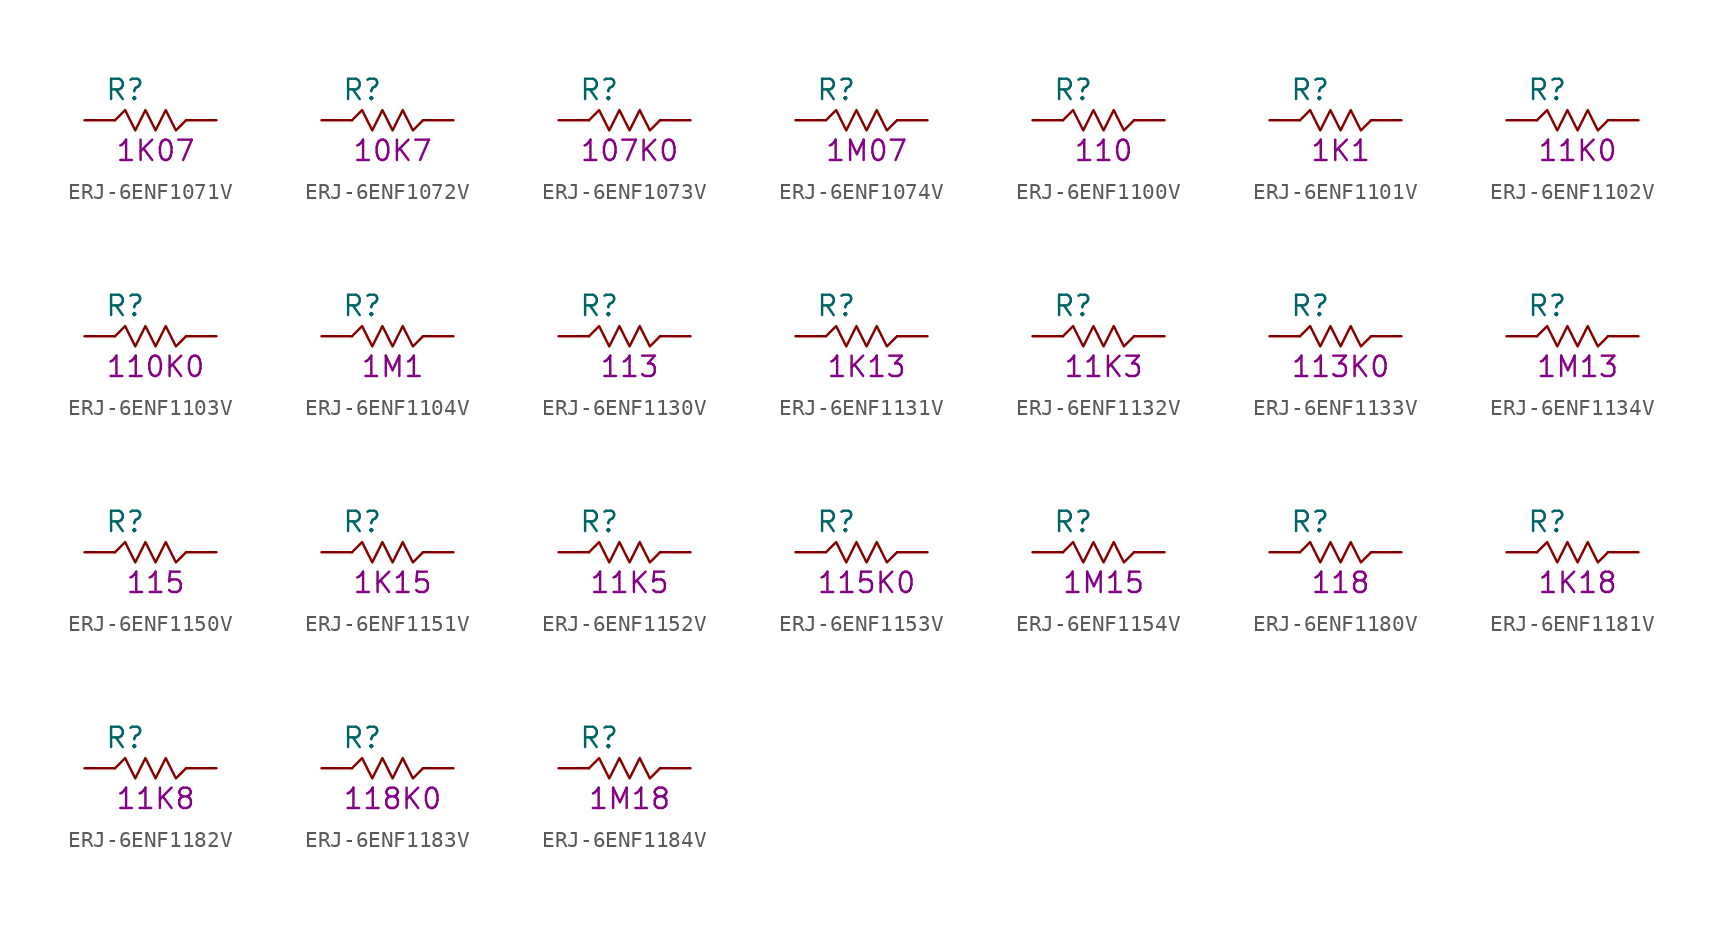
<source format=kicad_sym>
(kicad_symbol_lib
  (version 20211014)
  (generator KiCadLib_py)
  (symbol "ERJ-6ENF1071V"
    (pin_numbers hide)
    (pin_names hide)
    (property "Reference" "R"
      (at -1.905 1.905 0)
      (effects (font (size 1.27 1.27))))
    (property "Val" "1K07"
      (at 0 -1.905 0)
      (effects (font (size 1.27 1.27))))
    (symbol "ERJ-6ENF1071V_0_1"
      (polyline (pts (xy -2.54 0) (xy -1.905 0.635) (xy -1.27 -0.635) (xy -0.635 0.635) (xy 0 -0.635) (xy 0.635 0.635) (xy 1.27 -0.635) (xy 1.905 0)) (stroke (width 0) (type default) (color 0 0 0 0)) (fill (type none))))
    (symbol "ERJ-6ENF1071V_1_1"
      (pin passive line (at -4.445 0 0) (length 1.905) (name "~" (effects (font (size 1.27 1.27)))) (number "1" (effects (font (size 1.27 1.27)))))
      (pin passive line (at 3.81 0 180) (length 1.905) (name "~" (effects (font (size 1.27 1.27)))) (number "2" (effects (font (size 1.27 1.27)))))))
  (symbol "ERJ-6ENF1072V"
    (pin_numbers hide)
    (pin_names hide)
    (property "Reference" "R"
      (at -1.905 1.905 0)
      (effects (font (size 1.27 1.27))))
    (property "Val" "10K7"
      (at 0 -1.905 0)
      (effects (font (size 1.27 1.27))))
    (symbol "ERJ-6ENF1072V_0_1"
      (polyline (pts (xy -2.54 0) (xy -1.905 0.635) (xy -1.27 -0.635) (xy -0.635 0.635) (xy 0 -0.635) (xy 0.635 0.635) (xy 1.27 -0.635) (xy 1.905 0)) (stroke (width 0) (type default) (color 0 0 0 0)) (fill (type none))))
    (symbol "ERJ-6ENF1072V_1_1"
      (pin passive line (at -4.445 0 0) (length 1.905) (name "~" (effects (font (size 1.27 1.27)))) (number "1" (effects (font (size 1.27 1.27)))))
      (pin passive line (at 3.81 0 180) (length 1.905) (name "~" (effects (font (size 1.27 1.27)))) (number "2" (effects (font (size 1.27 1.27)))))))
  (symbol "ERJ-6ENF1073V"
    (pin_numbers hide)
    (pin_names hide)
    (property "Reference" "R"
      (at -1.905 1.905 0)
      (effects (font (size 1.27 1.27))))
    (property "Val" "107K0"
      (at 0 -1.905 0)
      (effects (font (size 1.27 1.27))))
    (symbol "ERJ-6ENF1073V_0_1"
      (polyline (pts (xy -2.54 0) (xy -1.905 0.635) (xy -1.27 -0.635) (xy -0.635 0.635) (xy 0 -0.635) (xy 0.635 0.635) (xy 1.27 -0.635) (xy 1.905 0)) (stroke (width 0) (type default) (color 0 0 0 0)) (fill (type none))))
    (symbol "ERJ-6ENF1073V_1_1"
      (pin passive line (at -4.445 0 0) (length 1.905) (name "~" (effects (font (size 1.27 1.27)))) (number "1" (effects (font (size 1.27 1.27)))))
      (pin passive line (at 3.81 0 180) (length 1.905) (name "~" (effects (font (size 1.27 1.27)))) (number "2" (effects (font (size 1.27 1.27)))))))
  (symbol "ERJ-6ENF1074V"
    (pin_numbers hide)
    (pin_names hide)
    (property "Reference" "R"
      (at -1.905 1.905 0)
      (effects (font (size 1.27 1.27))))
    (property "Val" "1M07"
      (at 0 -1.905 0)
      (effects (font (size 1.27 1.27))))
    (symbol "ERJ-6ENF1074V_0_1"
      (polyline (pts (xy -2.54 0) (xy -1.905 0.635) (xy -1.27 -0.635) (xy -0.635 0.635) (xy 0 -0.635) (xy 0.635 0.635) (xy 1.27 -0.635) (xy 1.905 0)) (stroke (width 0) (type default) (color 0 0 0 0)) (fill (type none))))
    (symbol "ERJ-6ENF1074V_1_1"
      (pin passive line (at -4.445 0 0) (length 1.905) (name "~" (effects (font (size 1.27 1.27)))) (number "1" (effects (font (size 1.27 1.27)))))
      (pin passive line (at 3.81 0 180) (length 1.905) (name "~" (effects (font (size 1.27 1.27)))) (number "2" (effects (font (size 1.27 1.27)))))))
  (symbol "ERJ-6ENF1100V"
    (pin_numbers hide)
    (pin_names hide)
    (property "Reference" "R"
      (at -1.905 1.905 0)
      (effects (font (size 1.27 1.27))))
    (property "Val" "110"
      (at 0 -1.905 0)
      (effects (font (size 1.27 1.27))))
    (symbol "ERJ-6ENF1100V_0_1"
      (polyline (pts (xy -2.54 0) (xy -1.905 0.635) (xy -1.27 -0.635) (xy -0.635 0.635) (xy 0 -0.635) (xy 0.635 0.635) (xy 1.27 -0.635) (xy 1.905 0)) (stroke (width 0) (type default) (color 0 0 0 0)) (fill (type none))))
    (symbol "ERJ-6ENF1100V_1_1"
      (pin passive line (at -4.445 0 0) (length 1.905) (name "~" (effects (font (size 1.27 1.27)))) (number "1" (effects (font (size 1.27 1.27)))))
      (pin passive line (at 3.81 0 180) (length 1.905) (name "~" (effects (font (size 1.27 1.27)))) (number "2" (effects (font (size 1.27 1.27)))))))
  (symbol "ERJ-6ENF1101V"
    (pin_numbers hide)
    (pin_names hide)
    (property "Reference" "R"
      (at -1.905 1.905 0)
      (effects (font (size 1.27 1.27))))
    (property "Val" "1K1"
      (at 0 -1.905 0)
      (effects (font (size 1.27 1.27))))
    (symbol "ERJ-6ENF1101V_0_1"
      (polyline (pts (xy -2.54 0) (xy -1.905 0.635) (xy -1.27 -0.635) (xy -0.635 0.635) (xy 0 -0.635) (xy 0.635 0.635) (xy 1.27 -0.635) (xy 1.905 0)) (stroke (width 0) (type default) (color 0 0 0 0)) (fill (type none))))
    (symbol "ERJ-6ENF1101V_1_1"
      (pin passive line (at -4.445 0 0) (length 1.905) (name "~" (effects (font (size 1.27 1.27)))) (number "1" (effects (font (size 1.27 1.27)))))
      (pin passive line (at 3.81 0 180) (length 1.905) (name "~" (effects (font (size 1.27 1.27)))) (number "2" (effects (font (size 1.27 1.27)))))))
  (symbol "ERJ-6ENF1102V"
    (pin_numbers hide)
    (pin_names hide)
    (property "Reference" "R"
      (at -1.905 1.905 0)
      (effects (font (size 1.27 1.27))))
    (property "Val" "11K0"
      (at 0 -1.905 0)
      (effects (font (size 1.27 1.27))))
    (symbol "ERJ-6ENF1102V_0_1"
      (polyline (pts (xy -2.54 0) (xy -1.905 0.635) (xy -1.27 -0.635) (xy -0.635 0.635) (xy 0 -0.635) (xy 0.635 0.635) (xy 1.27 -0.635) (xy 1.905 0)) (stroke (width 0) (type default) (color 0 0 0 0)) (fill (type none))))
    (symbol "ERJ-6ENF1102V_1_1"
      (pin passive line (at -4.445 0 0) (length 1.905) (name "~" (effects (font (size 1.27 1.27)))) (number "1" (effects (font (size 1.27 1.27)))))
      (pin passive line (at 3.81 0 180) (length 1.905) (name "~" (effects (font (size 1.27 1.27)))) (number "2" (effects (font (size 1.27 1.27)))))))
  (symbol "ERJ-6ENF1103V"
    (pin_numbers hide)
    (pin_names hide)
    (property "Reference" "R"
      (at -1.905 1.905 0)
      (effects (font (size 1.27 1.27))))
    (property "Val" "110K0"
      (at 0 -1.905 0)
      (effects (font (size 1.27 1.27))))
    (symbol "ERJ-6ENF1103V_0_1"
      (polyline (pts (xy -2.54 0) (xy -1.905 0.635) (xy -1.27 -0.635) (xy -0.635 0.635) (xy 0 -0.635) (xy 0.635 0.635) (xy 1.27 -0.635) (xy 1.905 0)) (stroke (width 0) (type default) (color 0 0 0 0)) (fill (type none))))
    (symbol "ERJ-6ENF1103V_1_1"
      (pin passive line (at -4.445 0 0) (length 1.905) (name "~" (effects (font (size 1.27 1.27)))) (number "1" (effects (font (size 1.27 1.27)))))
      (pin passive line (at 3.81 0 180) (length 1.905) (name "~" (effects (font (size 1.27 1.27)))) (number "2" (effects (font (size 1.27 1.27)))))))
  (symbol "ERJ-6ENF1104V"
    (pin_numbers hide)
    (pin_names hide)
    (property "Reference" "R"
      (at -1.905 1.905 0)
      (effects (font (size 1.27 1.27))))
    (property "Val" "1M1"
      (at 0 -1.905 0)
      (effects (font (size 1.27 1.27))))
    (symbol "ERJ-6ENF1104V_0_1"
      (polyline (pts (xy -2.54 0) (xy -1.905 0.635) (xy -1.27 -0.635) (xy -0.635 0.635) (xy 0 -0.635) (xy 0.635 0.635) (xy 1.27 -0.635) (xy 1.905 0)) (stroke (width 0) (type default) (color 0 0 0 0)) (fill (type none))))
    (symbol "ERJ-6ENF1104V_1_1"
      (pin passive line (at -4.445 0 0) (length 1.905) (name "~" (effects (font (size 1.27 1.27)))) (number "1" (effects (font (size 1.27 1.27)))))
      (pin passive line (at 3.81 0 180) (length 1.905) (name "~" (effects (font (size 1.27 1.27)))) (number "2" (effects (font (size 1.27 1.27)))))))
  (symbol "ERJ-6ENF1130V"
    (pin_numbers hide)
    (pin_names hide)
    (property "Reference" "R"
      (at -1.905 1.905 0)
      (effects (font (size 1.27 1.27))))
    (property "Val" "113"
      (at 0 -1.905 0)
      (effects (font (size 1.27 1.27))))
    (symbol "ERJ-6ENF1130V_0_1"
      (polyline (pts (xy -2.54 0) (xy -1.905 0.635) (xy -1.27 -0.635) (xy -0.635 0.635) (xy 0 -0.635) (xy 0.635 0.635) (xy 1.27 -0.635) (xy 1.905 0)) (stroke (width 0) (type default) (color 0 0 0 0)) (fill (type none))))
    (symbol "ERJ-6ENF1130V_1_1"
      (pin passive line (at -4.445 0 0) (length 1.905) (name "~" (effects (font (size 1.27 1.27)))) (number "1" (effects (font (size 1.27 1.27)))))
      (pin passive line (at 3.81 0 180) (length 1.905) (name "~" (effects (font (size 1.27 1.27)))) (number "2" (effects (font (size 1.27 1.27)))))))
  (symbol "ERJ-6ENF1131V"
    (pin_numbers hide)
    (pin_names hide)
    (property "Reference" "R"
      (at -1.905 1.905 0)
      (effects (font (size 1.27 1.27))))
    (property "Val" "1K13"
      (at 0 -1.905 0)
      (effects (font (size 1.27 1.27))))
    (symbol "ERJ-6ENF1131V_0_1"
      (polyline (pts (xy -2.54 0) (xy -1.905 0.635) (xy -1.27 -0.635) (xy -0.635 0.635) (xy 0 -0.635) (xy 0.635 0.635) (xy 1.27 -0.635) (xy 1.905 0)) (stroke (width 0) (type default) (color 0 0 0 0)) (fill (type none))))
    (symbol "ERJ-6ENF1131V_1_1"
      (pin passive line (at -4.445 0 0) (length 1.905) (name "~" (effects (font (size 1.27 1.27)))) (number "1" (effects (font (size 1.27 1.27)))))
      (pin passive line (at 3.81 0 180) (length 1.905) (name "~" (effects (font (size 1.27 1.27)))) (number "2" (effects (font (size 1.27 1.27)))))))
  (symbol "ERJ-6ENF1132V"
    (pin_numbers hide)
    (pin_names hide)
    (property "Reference" "R"
      (at -1.905 1.905 0)
      (effects (font (size 1.27 1.27))))
    (property "Val" "11K3"
      (at 0 -1.905 0)
      (effects (font (size 1.27 1.27))))
    (symbol "ERJ-6ENF1132V_0_1"
      (polyline (pts (xy -2.54 0) (xy -1.905 0.635) (xy -1.27 -0.635) (xy -0.635 0.635) (xy 0 -0.635) (xy 0.635 0.635) (xy 1.27 -0.635) (xy 1.905 0)) (stroke (width 0) (type default) (color 0 0 0 0)) (fill (type none))))
    (symbol "ERJ-6ENF1132V_1_1"
      (pin passive line (at -4.445 0 0) (length 1.905) (name "~" (effects (font (size 1.27 1.27)))) (number "1" (effects (font (size 1.27 1.27)))))
      (pin passive line (at 3.81 0 180) (length 1.905) (name "~" (effects (font (size 1.27 1.27)))) (number "2" (effects (font (size 1.27 1.27)))))))
  (symbol "ERJ-6ENF1133V"
    (pin_numbers hide)
    (pin_names hide)
    (property "Reference" "R"
      (at -1.905 1.905 0)
      (effects (font (size 1.27 1.27))))
    (property "Val" "113K0"
      (at 0 -1.905 0)
      (effects (font (size 1.27 1.27))))
    (symbol "ERJ-6ENF1133V_0_1"
      (polyline (pts (xy -2.54 0) (xy -1.905 0.635) (xy -1.27 -0.635) (xy -0.635 0.635) (xy 0 -0.635) (xy 0.635 0.635) (xy 1.27 -0.635) (xy 1.905 0)) (stroke (width 0) (type default) (color 0 0 0 0)) (fill (type none))))
    (symbol "ERJ-6ENF1133V_1_1"
      (pin passive line (at -4.445 0 0) (length 1.905) (name "~" (effects (font (size 1.27 1.27)))) (number "1" (effects (font (size 1.27 1.27)))))
      (pin passive line (at 3.81 0 180) (length 1.905) (name "~" (effects (font (size 1.27 1.27)))) (number "2" (effects (font (size 1.27 1.27)))))))
  (symbol "ERJ-6ENF1134V"
    (pin_numbers hide)
    (pin_names hide)
    (property "Reference" "R"
      (at -1.905 1.905 0)
      (effects (font (size 1.27 1.27))))
    (property "Val" "1M13"
      (at 0 -1.905 0)
      (effects (font (size 1.27 1.27))))
    (symbol "ERJ-6ENF1134V_0_1"
      (polyline (pts (xy -2.54 0) (xy -1.905 0.635) (xy -1.27 -0.635) (xy -0.635 0.635) (xy 0 -0.635) (xy 0.635 0.635) (xy 1.27 -0.635) (xy 1.905 0)) (stroke (width 0) (type default) (color 0 0 0 0)) (fill (type none))))
    (symbol "ERJ-6ENF1134V_1_1"
      (pin passive line (at -4.445 0 0) (length 1.905) (name "~" (effects (font (size 1.27 1.27)))) (number "1" (effects (font (size 1.27 1.27)))))
      (pin passive line (at 3.81 0 180) (length 1.905) (name "~" (effects (font (size 1.27 1.27)))) (number "2" (effects (font (size 1.27 1.27)))))))
  (symbol "ERJ-6ENF1150V"
    (pin_numbers hide)
    (pin_names hide)
    (property "Reference" "R"
      (at -1.905 1.905 0)
      (effects (font (size 1.27 1.27))))
    (property "Val" "115"
      (at 0 -1.905 0)
      (effects (font (size 1.27 1.27))))
    (symbol "ERJ-6ENF1150V_0_1"
      (polyline (pts (xy -2.54 0) (xy -1.905 0.635) (xy -1.27 -0.635) (xy -0.635 0.635) (xy 0 -0.635) (xy 0.635 0.635) (xy 1.27 -0.635) (xy 1.905 0)) (stroke (width 0) (type default) (color 0 0 0 0)) (fill (type none))))
    (symbol "ERJ-6ENF1150V_1_1"
      (pin passive line (at -4.445 0 0) (length 1.905) (name "~" (effects (font (size 1.27 1.27)))) (number "1" (effects (font (size 1.27 1.27)))))
      (pin passive line (at 3.81 0 180) (length 1.905) (name "~" (effects (font (size 1.27 1.27)))) (number "2" (effects (font (size 1.27 1.27)))))))
  (symbol "ERJ-6ENF1151V"
    (pin_numbers hide)
    (pin_names hide)
    (property "Reference" "R"
      (at -1.905 1.905 0)
      (effects (font (size 1.27 1.27))))
    (property "Val" "1K15"
      (at 0 -1.905 0)
      (effects (font (size 1.27 1.27))))
    (symbol "ERJ-6ENF1151V_0_1"
      (polyline (pts (xy -2.54 0) (xy -1.905 0.635) (xy -1.27 -0.635) (xy -0.635 0.635) (xy 0 -0.635) (xy 0.635 0.635) (xy 1.27 -0.635) (xy 1.905 0)) (stroke (width 0) (type default) (color 0 0 0 0)) (fill (type none))))
    (symbol "ERJ-6ENF1151V_1_1"
      (pin passive line (at -4.445 0 0) (length 1.905) (name "~" (effects (font (size 1.27 1.27)))) (number "1" (effects (font (size 1.27 1.27)))))
      (pin passive line (at 3.81 0 180) (length 1.905) (name "~" (effects (font (size 1.27 1.27)))) (number "2" (effects (font (size 1.27 1.27)))))))
  (symbol "ERJ-6ENF1152V"
    (pin_numbers hide)
    (pin_names hide)
    (property "Reference" "R"
      (at -1.905 1.905 0)
      (effects (font (size 1.27 1.27))))
    (property "Val" "11K5"
      (at 0 -1.905 0)
      (effects (font (size 1.27 1.27))))
    (symbol "ERJ-6ENF1152V_0_1"
      (polyline (pts (xy -2.54 0) (xy -1.905 0.635) (xy -1.27 -0.635) (xy -0.635 0.635) (xy 0 -0.635) (xy 0.635 0.635) (xy 1.27 -0.635) (xy 1.905 0)) (stroke (width 0) (type default) (color 0 0 0 0)) (fill (type none))))
    (symbol "ERJ-6ENF1152V_1_1"
      (pin passive line (at -4.445 0 0) (length 1.905) (name "~" (effects (font (size 1.27 1.27)))) (number "1" (effects (font (size 1.27 1.27)))))
      (pin passive line (at 3.81 0 180) (length 1.905) (name "~" (effects (font (size 1.27 1.27)))) (number "2" (effects (font (size 1.27 1.27)))))))
  (symbol "ERJ-6ENF1153V"
    (pin_numbers hide)
    (pin_names hide)
    (property "Reference" "R"
      (at -1.905 1.905 0)
      (effects (font (size 1.27 1.27))))
    (property "Val" "115K0"
      (at 0 -1.905 0)
      (effects (font (size 1.27 1.27))))
    (symbol "ERJ-6ENF1153V_0_1"
      (polyline (pts (xy -2.54 0) (xy -1.905 0.635) (xy -1.27 -0.635) (xy -0.635 0.635) (xy 0 -0.635) (xy 0.635 0.635) (xy 1.27 -0.635) (xy 1.905 0)) (stroke (width 0) (type default) (color 0 0 0 0)) (fill (type none))))
    (symbol "ERJ-6ENF1153V_1_1"
      (pin passive line (at -4.445 0 0) (length 1.905) (name "~" (effects (font (size 1.27 1.27)))) (number "1" (effects (font (size 1.27 1.27)))))
      (pin passive line (at 3.81 0 180) (length 1.905) (name "~" (effects (font (size 1.27 1.27)))) (number "2" (effects (font (size 1.27 1.27)))))))
  (symbol "ERJ-6ENF1154V"
    (pin_numbers hide)
    (pin_names hide)
    (property "Reference" "R"
      (at -1.905 1.905 0)
      (effects (font (size 1.27 1.27))))
    (property "Val" "1M15"
      (at 0 -1.905 0)
      (effects (font (size 1.27 1.27))))
    (symbol "ERJ-6ENF1154V_0_1"
      (polyline (pts (xy -2.54 0) (xy -1.905 0.635) (xy -1.27 -0.635) (xy -0.635 0.635) (xy 0 -0.635) (xy 0.635 0.635) (xy 1.27 -0.635) (xy 1.905 0)) (stroke (width 0) (type default) (color 0 0 0 0)) (fill (type none))))
    (symbol "ERJ-6ENF1154V_1_1"
      (pin passive line (at -4.445 0 0) (length 1.905) (name "~" (effects (font (size 1.27 1.27)))) (number "1" (effects (font (size 1.27 1.27)))))
      (pin passive line (at 3.81 0 180) (length 1.905) (name "~" (effects (font (size 1.27 1.27)))) (number "2" (effects (font (size 1.27 1.27)))))))
  (symbol "ERJ-6ENF1180V"
    (pin_numbers hide)
    (pin_names hide)
    (property "Reference" "R"
      (at -1.905 1.905 0)
      (effects (font (size 1.27 1.27))))
    (property "Val" "118"
      (at 0 -1.905 0)
      (effects (font (size 1.27 1.27))))
    (symbol "ERJ-6ENF1180V_0_1"
      (polyline (pts (xy -2.54 0) (xy -1.905 0.635) (xy -1.27 -0.635) (xy -0.635 0.635) (xy 0 -0.635) (xy 0.635 0.635) (xy 1.27 -0.635) (xy 1.905 0)) (stroke (width 0) (type default) (color 0 0 0 0)) (fill (type none))))
    (symbol "ERJ-6ENF1180V_1_1"
      (pin passive line (at -4.445 0 0) (length 1.905) (name "~" (effects (font (size 1.27 1.27)))) (number "1" (effects (font (size 1.27 1.27)))))
      (pin passive line (at 3.81 0 180) (length 1.905) (name "~" (effects (font (size 1.27 1.27)))) (number "2" (effects (font (size 1.27 1.27)))))))
  (symbol "ERJ-6ENF1181V"
    (pin_numbers hide)
    (pin_names hide)
    (property "Reference" "R"
      (at -1.905 1.905 0)
      (effects (font (size 1.27 1.27))))
    (property "Val" "1K18"
      (at 0 -1.905 0)
      (effects (font (size 1.27 1.27))))
    (symbol "ERJ-6ENF1181V_0_1"
      (polyline (pts (xy -2.54 0) (xy -1.905 0.635) (xy -1.27 -0.635) (xy -0.635 0.635) (xy 0 -0.635) (xy 0.635 0.635) (xy 1.27 -0.635) (xy 1.905 0)) (stroke (width 0) (type default) (color 0 0 0 0)) (fill (type none))))
    (symbol "ERJ-6ENF1181V_1_1"
      (pin passive line (at -4.445 0 0) (length 1.905) (name "~" (effects (font (size 1.27 1.27)))) (number "1" (effects (font (size 1.27 1.27)))))
      (pin passive line (at 3.81 0 180) (length 1.905) (name "~" (effects (font (size 1.27 1.27)))) (number "2" (effects (font (size 1.27 1.27)))))))
  (symbol "ERJ-6ENF1182V"
    (pin_numbers hide)
    (pin_names hide)
    (property "Reference" "R"
      (at -1.905 1.905 0)
      (effects (font (size 1.27 1.27))))
    (property "Val" "11K8"
      (at 0 -1.905 0)
      (effects (font (size 1.27 1.27))))
    (symbol "ERJ-6ENF1182V_0_1"
      (polyline (pts (xy -2.54 0) (xy -1.905 0.635) (xy -1.27 -0.635) (xy -0.635 0.635) (xy 0 -0.635) (xy 0.635 0.635) (xy 1.27 -0.635) (xy 1.905 0)) (stroke (width 0) (type default) (color 0 0 0 0)) (fill (type none))))
    (symbol "ERJ-6ENF1182V_1_1"
      (pin passive line (at -4.445 0 0) (length 1.905) (name "~" (effects (font (size 1.27 1.27)))) (number "1" (effects (font (size 1.27 1.27)))))
      (pin passive line (at 3.81 0 180) (length 1.905) (name "~" (effects (font (size 1.27 1.27)))) (number "2" (effects (font (size 1.27 1.27)))))))
  (symbol "ERJ-6ENF1183V"
    (pin_numbers hide)
    (pin_names hide)
    (property "Reference" "R"
      (at -1.905 1.905 0)
      (effects (font (size 1.27 1.27))))
    (property "Val" "118K0"
      (at 0 -1.905 0)
      (effects (font (size 1.27 1.27))))
    (symbol "ERJ-6ENF1183V_0_1"
      (polyline (pts (xy -2.54 0) (xy -1.905 0.635) (xy -1.27 -0.635) (xy -0.635 0.635) (xy 0 -0.635) (xy 0.635 0.635) (xy 1.27 -0.635) (xy 1.905 0)) (stroke (width 0) (type default) (color 0 0 0 0)) (fill (type none))))
    (symbol "ERJ-6ENF1183V_1_1"
      (pin passive line (at -4.445 0 0) (length 1.905) (name "~" (effects (font (size 1.27 1.27)))) (number "1" (effects (font (size 1.27 1.27)))))
      (pin passive line (at 3.81 0 180) (length 1.905) (name "~" (effects (font (size 1.27 1.27)))) (number "2" (effects (font (size 1.27 1.27)))))))
  (symbol "ERJ-6ENF1184V"
    (pin_numbers hide)
    (pin_names hide)
    (property "Reference" "R"
      (at -1.905 1.905 0)
      (effects (font (size 1.27 1.27))))
    (property "Val" "1M18"
      (at 0 -1.905 0)
      (effects (font (size 1.27 1.27))))
    (symbol "ERJ-6ENF1184V_0_1"
      (polyline (pts (xy -2.54 0) (xy -1.905 0.635) (xy -1.27 -0.635) (xy -0.635 0.635) (xy 0 -0.635) (xy 0.635 0.635) (xy 1.27 -0.635) (xy 1.905 0)) (stroke (width 0) (type default) (color 0 0 0 0)) (fill (type none))))
    (symbol "ERJ-6ENF1184V_1_1"
      (pin passive line (at -4.445 0 0) (length 1.905) (name "~" (effects (font (size 1.27 1.27)))) (number "1" (effects (font (size 1.27 1.27)))))
      (pin passive line (at 3.81 0 180) (length 1.905) (name "~" (effects (font (size 1.27 1.27)))) (number "2" (effects (font (size 1.27 1.27))))))))
</source>
